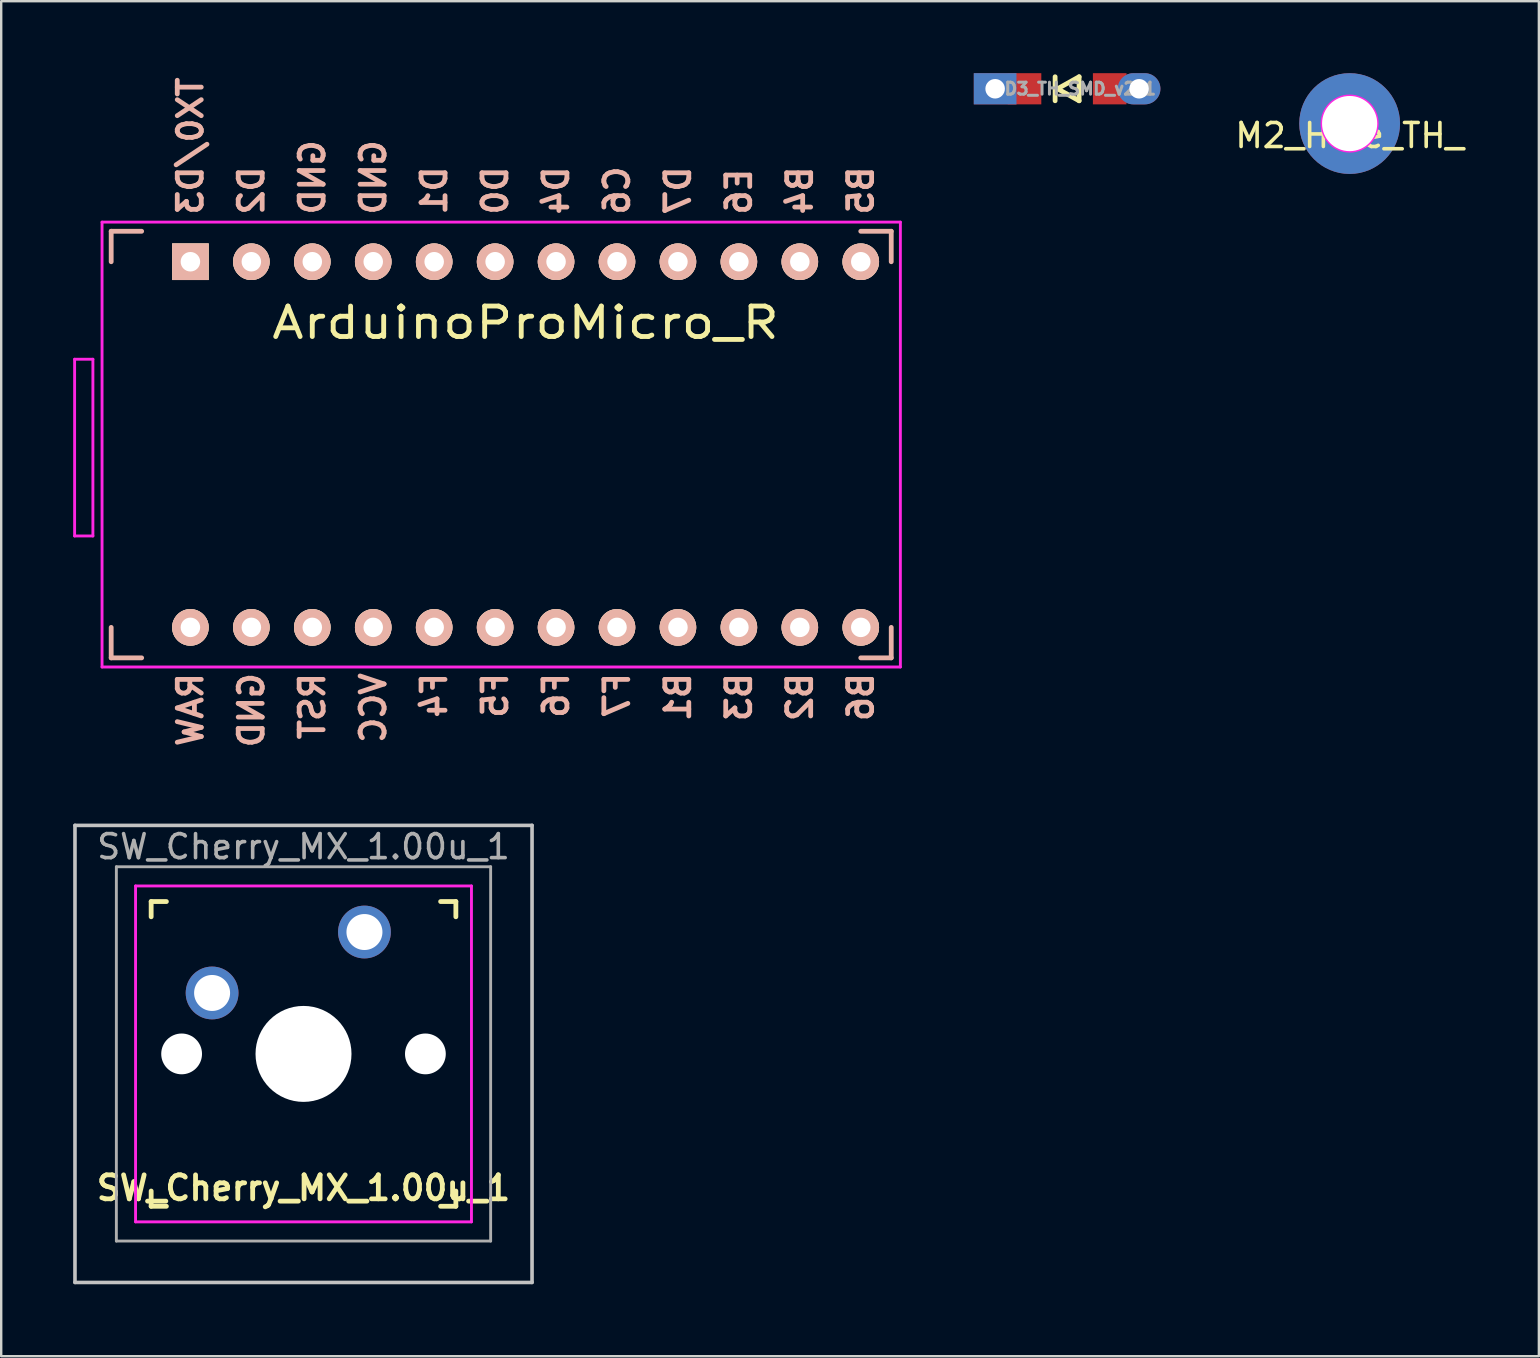
<source format=kicad_pcb>
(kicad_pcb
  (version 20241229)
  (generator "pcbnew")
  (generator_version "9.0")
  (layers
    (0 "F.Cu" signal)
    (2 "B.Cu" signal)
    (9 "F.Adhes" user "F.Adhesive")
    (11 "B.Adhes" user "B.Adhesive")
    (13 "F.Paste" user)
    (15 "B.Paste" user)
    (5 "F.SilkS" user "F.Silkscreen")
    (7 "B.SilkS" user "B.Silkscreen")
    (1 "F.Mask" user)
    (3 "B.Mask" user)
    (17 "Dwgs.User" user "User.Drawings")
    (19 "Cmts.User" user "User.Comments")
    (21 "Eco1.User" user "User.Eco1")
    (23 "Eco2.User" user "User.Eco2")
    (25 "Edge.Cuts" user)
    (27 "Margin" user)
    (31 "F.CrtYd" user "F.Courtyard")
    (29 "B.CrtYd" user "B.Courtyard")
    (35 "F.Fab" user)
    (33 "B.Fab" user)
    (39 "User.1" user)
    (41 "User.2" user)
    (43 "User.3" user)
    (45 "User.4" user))
  (footprint "ArduinoProMicro_R"
    (layer "F.Cu")
    (at 18.856 15.479)
    (property "Reference" "ArduinoProMicro_R" (at 0 -5.08 0) (layer "F.SilkS") (effects (font (size 1.27 1.524) (thickness 0.203))))
    (attr through_hole)
    (fp_line (start -17.272 -8.89) (end -17.272 -7.62) (stroke (width 0.2) (type solid)) (layer "B.SilkS"))
    (fp_line (start -17.272 7.62) (end -17.272 8.89) (stroke (width 0.2) (type solid)) (layer "B.SilkS"))
    (fp_line (start -17.272 8.89) (end -16.002 8.89) (stroke (width 0.2) (type solid)) (layer "B.SilkS"))
    (fp_line (start -16.002 -8.89) (end -17.272 -8.89) (stroke (width 0.2) (type solid)) (layer "B.SilkS"))
    (fp_line (start 13.97 8.89) (end 15.24 8.89) (stroke (width 0.2) (type solid)) (layer "B.SilkS"))
    (fp_line (start 15.24 -8.89) (end 13.97 -8.89) (stroke (width 0.2) (type solid)) (layer "B.SilkS"))
    (fp_line (start 15.24 -7.62) (end 15.24 -8.89) (stroke (width 0.2) (type solid)) (layer "B.SilkS"))
    (fp_line (start 15.24 8.89) (end 15.24 7.62) (stroke (width 0.2) (type solid)) (layer "B.SilkS"))
    (fp_line (start -18.796 -3.556) (end -18.034 -3.556) (stroke (width 0.12) (type solid)) (layer "F.CrtYd"))
    (fp_line (start -18.796 3.81) (end -18.796 -3.556) (stroke (width 0.12) (type solid)) (layer "F.CrtYd"))
    (fp_line (start -18.034 -3.556) (end -18.034 3.81) (stroke (width 0.12) (type solid)) (layer "F.CrtYd"))
    (fp_line (start -18.034 3.81) (end -18.796 3.81) (stroke (width 0.12) (type solid)) (layer "F.CrtYd"))
    (fp_line (start -17.653 -9.271) (end 15.621 -9.271) (stroke (width 0.12) (type solid)) (layer "F.CrtYd"))
    (fp_line (start -17.653 9.271) (end -17.653 -9.271) (stroke (width 0.12) (type solid)) (layer "F.CrtYd"))
    (fp_line (start 15.621 -9.271) (end 15.621 9.271) (stroke (width 0.12) (type solid)) (layer "F.CrtYd"))
    (fp_line (start 15.621 9.271) (end -17.653 9.271) (stroke (width 0.12) (type solid)) (layer "F.CrtYd"))
    (fp_text user "F7" (at 3.81 10.454 90) (unlocked yes) (layer "B.SilkS") (effects (font (size 1 1) (thickness 0.2)) (justify mirror)))
    (fp_text user "B3" (at 8.89 10.525 90) (unlocked yes) (layer "B.SilkS") (effects (font (size 1 1) (thickness 0.2)) (justify mirror)))
    (fp_text user "B2" (at 11.43 10.525 90) (unlocked yes) (layer "B.SilkS") (effects (font (size 1 1) (thickness 0.2)) (justify mirror)))
    (fp_text user "GND" (at -8.89 -11.136 90) (unlocked yes) (layer "B.SilkS") (effects (font (size 1 1) (thickness 0.2)) (justify mirror)))
    (fp_text user "B5" (at 13.97 -10.589 90) (unlocked yes) (layer "B.SilkS") (effects (font (size 1 1) (thickness 0.2)) (justify mirror)))
    (fp_text user "GND" (at -11.43 11.073 90) (unlocked yes) (layer "B.SilkS") (effects (font (size 1 1) (thickness 0.2)) (justify mirror)))
    (fp_text user "D0" (at -1.27 -10.589 90) (unlocked yes) (layer "B.SilkS") (effects (font (size 1 1) (thickness 0.2)) (justify mirror)))
    (fp_text user "D4" (at 1.27 -10.589 90) (unlocked yes) (layer "B.SilkS") (effects (font (size 1 1) (thickness 0.2)) (justify mirror)))
    (fp_text user "B4" (at 11.43 -10.589 90) (unlocked yes) (layer "B.SilkS") (effects (font (size 1 1) (thickness 0.2)) (justify mirror)))
    (fp_text user "B6" (at 13.97 10.525 90) (unlocked yes) (layer "B.SilkS") (effects (font (size 1 1) (thickness 0.2)) (justify mirror)))
    (fp_text user "TX0/D3" (at -13.97 -12.446 90) (unlocked yes) (layer "B.SilkS") (effects (font (size 1 1) (thickness 0.2)) (justify mirror)))
    (fp_text user "F4" (at -3.81 10.454 90) (unlocked yes) (layer "B.SilkS") (effects (font (size 1 1) (thickness 0.2)) (justify mirror)))
    (fp_text user "B1" (at 6.35 10.525 90) (unlocked yes) (layer "B.SilkS") (effects (font (size 1 1) (thickness 0.2)) (justify mirror)))
    (fp_text user "D7" (at 6.35 -10.589 90) (unlocked yes) (layer "B.SilkS") (effects (font (size 1 1) (thickness 0.2)) (justify mirror)))
    (fp_text user "F6" (at 1.27 10.454 90) (unlocked yes) (layer "B.SilkS") (effects (font (size 1 1) (thickness 0.2)) (justify mirror)))
    (fp_text user "F5" (at -1.27 10.454 90) (unlocked yes) (layer "B.SilkS") (effects (font (size 1 1) (thickness 0.2)) (justify mirror)))
    (fp_text user "E6" (at 8.89 -10.541 90) (unlocked yes) (layer "B.SilkS") (effects (font (size 1 1) (thickness 0.2)) (justify mirror)))
    (fp_text user "C6" (at 3.81 -10.589 90) (unlocked yes) (layer "B.SilkS") (effects (font (size 1 1) (thickness 0.2)) (justify mirror)))
    (fp_text user "GND" (at -6.35 -11.136 90) (unlocked yes) (layer "B.SilkS") (effects (font (size 1 1) (thickness 0.2)) (justify mirror)))
    (fp_text user "D1" (at -3.81 -10.589 90) (unlocked yes) (layer "B.SilkS") (effects (font (size 1 1) (thickness 0.2)) (justify mirror)))
    (fp_text user "VCC" (at -6.35 10.978 90) (unlocked yes) (layer "B.SilkS") (effects (font (size 1 1) (thickness 0.2)) (justify mirror)))
    (fp_text user "RST" (at -8.89 10.906 90) (unlocked yes) (layer "B.SilkS") (effects (font (size 1 1) (thickness 0.2)) (justify mirror)))
    (fp_text user "D2" (at -11.43 -10.589 90) (unlocked yes) (layer "B.SilkS") (effects (font (size 1 1) (thickness 0.2)) (justify mirror)))
    (fp_text user "RAW" (at -13.97 11.049 90) (unlocked yes) (layer "B.SilkS") (effects (font (size 1 1) (thickness 0.2)) (justify mirror)))
    (pad "1" thru_hole rect (at -13.97 -7.62) (size 1.524 1.524) (drill 0.813) (layers "*.Cu" "*.SilkS" "*.Mask"))
    (pad "2" thru_hole circle (at -11.43 -7.62) (size 1.524 1.524) (drill 0.813) (layers "*.Cu" "*.SilkS" "*.Mask"))
    (pad "3" thru_hole circle (at -8.89 -7.62) (size 1.524 1.524) (drill 0.813) (layers "*.Cu" "*.SilkS" "*.Mask"))
    (pad "4" thru_hole circle (at -6.35 -7.62) (size 1.524 1.524) (drill 0.813) (layers "*.Cu" "*.SilkS" "*.Mask"))
    (pad "5" thru_hole circle (at -3.81 -7.62) (size 1.524 1.524) (drill 0.813) (layers "*.Cu" "*.SilkS" "*.Mask"))
    (pad "6" thru_hole circle (at -1.27 -7.62) (size 1.524 1.524) (drill 0.813) (layers "*.Cu" "*.SilkS" "*.Mask"))
    (pad "7" thru_hole circle (at 1.27 -7.62) (size 1.524 1.524) (drill 0.813) (layers "*.Cu" "*.SilkS" "*.Mask"))
    (pad "8" thru_hole circle (at 3.81 -7.62) (size 1.524 1.524) (drill 0.813) (layers "*.Cu" "*.SilkS" "*.Mask"))
    (pad "9" thru_hole circle (at 6.35 -7.62) (size 1.524 1.524) (drill 0.813) (layers "*.Cu" "*.SilkS" "*.Mask"))
    (pad "10" thru_hole circle (at 8.89 -7.62) (size 1.524 1.524) (drill 0.813) (layers "*.Cu" "*.SilkS" "*.Mask"))
    (pad "11" thru_hole circle (at 11.43 -7.62) (size 1.524 1.524) (drill 0.813) (layers "*.Cu" "*.SilkS" "*.Mask"))
    (pad "12" thru_hole circle (at 13.97 -7.62) (size 1.524 1.524) (drill 0.813) (layers "*.Cu" "*.SilkS" "*.Mask"))
    (pad "13" thru_hole circle (at 13.97 7.62) (size 1.524 1.524) (drill 0.813) (layers "*.Cu" "*.SilkS" "*.Mask"))
    (pad "14" thru_hole circle (at 11.43 7.62) (size 1.524 1.524) (drill 0.813) (layers "*.Cu" "*.SilkS" "*.Mask"))
    (pad "15" thru_hole circle (at 8.89 7.62) (size 1.524 1.524) (drill 0.813) (layers "*.Cu" "*.SilkS" "*.Mask"))
    (pad "16" thru_hole circle (at 6.35 7.62) (size 1.524 1.524) (drill 0.813) (layers "*.Cu" "*.SilkS" "*.Mask"))
    (pad "17" thru_hole circle (at 3.81 7.62) (size 1.524 1.524) (drill 0.813) (layers "*.Cu" "*.SilkS" "*.Mask"))
    (pad "18" thru_hole circle (at 1.27 7.62) (size 1.524 1.524) (drill 0.813) (layers "*.Cu" "*.SilkS" "*.Mask"))
    (pad "19" thru_hole circle (at -1.27 7.62) (size 1.524 1.524) (drill 0.813) (layers "*.Cu" "*.SilkS" "*.Mask"))
    (pad "20" thru_hole circle (at -3.81 7.62) (size 1.524 1.524) (drill 0.813) (layers "*.Cu" "*.SilkS" "*.Mask"))
    (pad "21" thru_hole circle (at -6.35 7.62) (size 1.524 1.524) (drill 0.813) (layers "*.Cu" "*.SilkS" "*.Mask"))
    (pad "22" thru_hole circle (at -8.89 7.62) (size 1.524 1.524) (drill 0.813) (layers "*.Cu" "*.SilkS" "*.Mask"))
    (pad "23" thru_hole circle (at -11.43 7.62) (size 1.524 1.524) (drill 0.813) (layers "*.Cu" "*.SilkS" "*.Mask"))
    (pad "24" thru_hole circle (at -13.97 7.62) (size 1.524 1.524) (drill 0.813) (layers "*.Cu" "*.SilkS" "*.Mask")))
  (footprint "SW_Cherry_MX_1.00u_1"
    (layer "F.Cu")
    (at 12.14 35.796)
    (property "Reference" "SW_Cherry_MX_1.00u_1" (at -2.54 10.668 0) (layer "F.SilkS") (effects (font (size 1 1) (thickness 0.2))))
    (attr through_hole)
    (fp_line (start -8.89 -1.27) (end -8.255 -1.27) (stroke (width 0.2) (type solid)) (layer "F.SilkS"))
    (fp_line (start -8.89 -0.635) (end -8.89 -1.27) (stroke (width 0.2) (type solid)) (layer "F.SilkS"))
    (fp_line (start -8.89 10.795) (end -8.89 11.43) (stroke (width 0.2) (type solid)) (layer "F.SilkS"))
    (fp_line (start -8.89 11.43) (end -8.255 11.43) (stroke (width 0.2) (type solid)) (layer "F.SilkS"))
    (fp_line (start 3.175 -1.27) (end 3.81 -1.27) (stroke (width 0.2) (type solid)) (layer "F.SilkS"))
    (fp_line (start 3.81 -1.27) (end 3.81 -0.635) (stroke (width 0.2) (type solid)) (layer "F.SilkS"))
    (fp_line (start 3.81 10.795) (end 3.81 11.43) (stroke (width 0.2) (type solid)) (layer "F.SilkS"))
    (fp_line (start 3.81 11.43) (end 3.175 11.43) (stroke (width 0.2) (type solid)) (layer "F.SilkS"))
    (fp_line (start -12.065 -4.445) (end 6.985 -4.445) (stroke (width 0.15) (type solid)) (layer "Dwgs.User"))
    (fp_line (start -12.065 14.605) (end -12.065 -4.445) (stroke (width 0.15) (type solid)) (layer "Dwgs.User"))
    (fp_line (start 6.985 -4.445) (end 6.985 14.605) (stroke (width 0.15) (type solid)) (layer "Dwgs.User"))
    (fp_line (start 6.985 14.605) (end -12.065 14.605) (stroke (width 0.15) (type solid)) (layer "Dwgs.User"))
    (fp_line (start -9.54 -1.92) (end -9.54 12.08) (stroke (width 0.12) (type solid)) (layer "F.CrtYd"))
    (fp_line (start -9.54 12.08) (end 4.46 12.08) (stroke (width 0.12) (type solid)) (layer "F.CrtYd"))
    (fp_line (start 4.46 -1.92) (end -9.54 -1.92) (stroke (width 0.12) (type solid)) (layer "F.CrtYd"))
    (fp_line (start 4.46 -1.92) (end 4.46 12.08) (stroke (width 0.12) (type solid)) (layer "F.CrtYd"))
    (fp_line (start -10.34 -2.72) (end 5.26 -2.72) (stroke (width 0.12) (type solid)) (layer "F.Fab"))
    (fp_line (start -10.34 12.88) (end -10.34 -2.72) (stroke (width 0.12) (type solid)) (layer "F.Fab"))
    (fp_line (start -10.34 12.88) (end 5.26 12.88) (stroke (width 0.12) (type solid)) (layer "F.Fab"))
    (fp_line (start 5.26 -2.72) (end 5.26 12.88) (stroke (width 0.12) (type solid)) (layer "F.Fab"))
    (fp_text user "${REFERENCE}" (at -2.54 -3.556 0) (layer "F.Fab") (effects (font (size 1 1) (thickness 0.15))))
    (pad "" np_thru_hole circle (at -7.62 5.08) (size 1.7 1.7) (drill 1.7) (layers "*.Cu" "*.Mask"))
    (pad "" np_thru_hole circle (at -2.54 5.08) (size 4 4) (drill 4) (layers "*.Cu" "*.Mask"))
    (pad "" np_thru_hole circle (at 2.54 5.08) (size 1.7 1.7) (drill 1.7) (layers "*.Cu" "*.Mask"))
    (pad "1" thru_hole circle (at 0 0) (size 2.2 2.2) (drill 1.5) (layers "*.Cu" "*.Mask"))
    (pad "2" thru_hole circle (at -6.35 2.54) (size 2.2 2.2) (drill 1.5) (layers "*.Cu" "*.Mask")))
  (footprint "M2_Hole_TH_"
    (layer "F.Cu")
    (at 53.202 2.1)
    (property "Reference" "M2_Hole_TH_" (at 0 0.5 0) (layer "F.SilkS") (effects (font (size 1 1) (thickness 0.15))))
    (attr through_hole)
    (fp_circle (center 0 0) (end 1.15 0) (stroke (width 0.12) (type solid)) (fill no) (layer "F.CrtYd"))
    (pad "" thru_hole circle (at 0 0) (size 4.2 4.2) (drill 2.3) (layers "*.Cu" "*.Mask")))
  (footprint "D3_TH_SMD_v2_1"
    (layer "F.Cu")
    (at 41.426 0.65)
    (property "Reference" "D3_TH_SMD_v2_1" (at 0.55 0 180) (layer "F.Fab") (effects (font (size 0.5 0.5) (thickness 0.125))))
    (attr through_hole)
    (fp_line (start -0.5 -0.5) (end -0.5 0.5) (stroke (width 0.2) (type solid)) (layer "F.SilkS"))
    (fp_line (start -0.4 0) (end 0.5 -0.5) (stroke (width 0.2) (type solid)) (layer "F.SilkS"))
    (fp_line (start 0.5 -0.5) (end 0.5 0.5) (stroke (width 0.2) (type solid)) (layer "F.SilkS"))
    (fp_line (start 0.5 0.5) (end -0.4 0) (stroke (width 0.2) (type solid)) (layer "F.SilkS"))
    (pad "1" smd rect (at 1.775 0 180) (size 1.4 1.3) (layers "F.Cu" "F.Mask" "F.Paste"))
    (pad "1" thru_hole oval (at 3 0) (size 1.778 1.3) (drill 0.813) (layers "*.Cu" "B.Mask"))
    (pad "2" thru_hole rect (at -3 0) (size 1.778 1.3) (drill 0.813) (layers "*.Cu" "B.Mask"))
    (pad "2" smd rect (at -1.775 0 180) (size 1.4 1.3) (layers "F.Cu" "F.Mask" "F.Paste")))
  (gr_rect
    (start -3 -3)
    (end 61.089 53.476)
    (stroke (width 0.1) (type default))
    (fill no)
    (layer "Edge.Cuts")))
</source>
